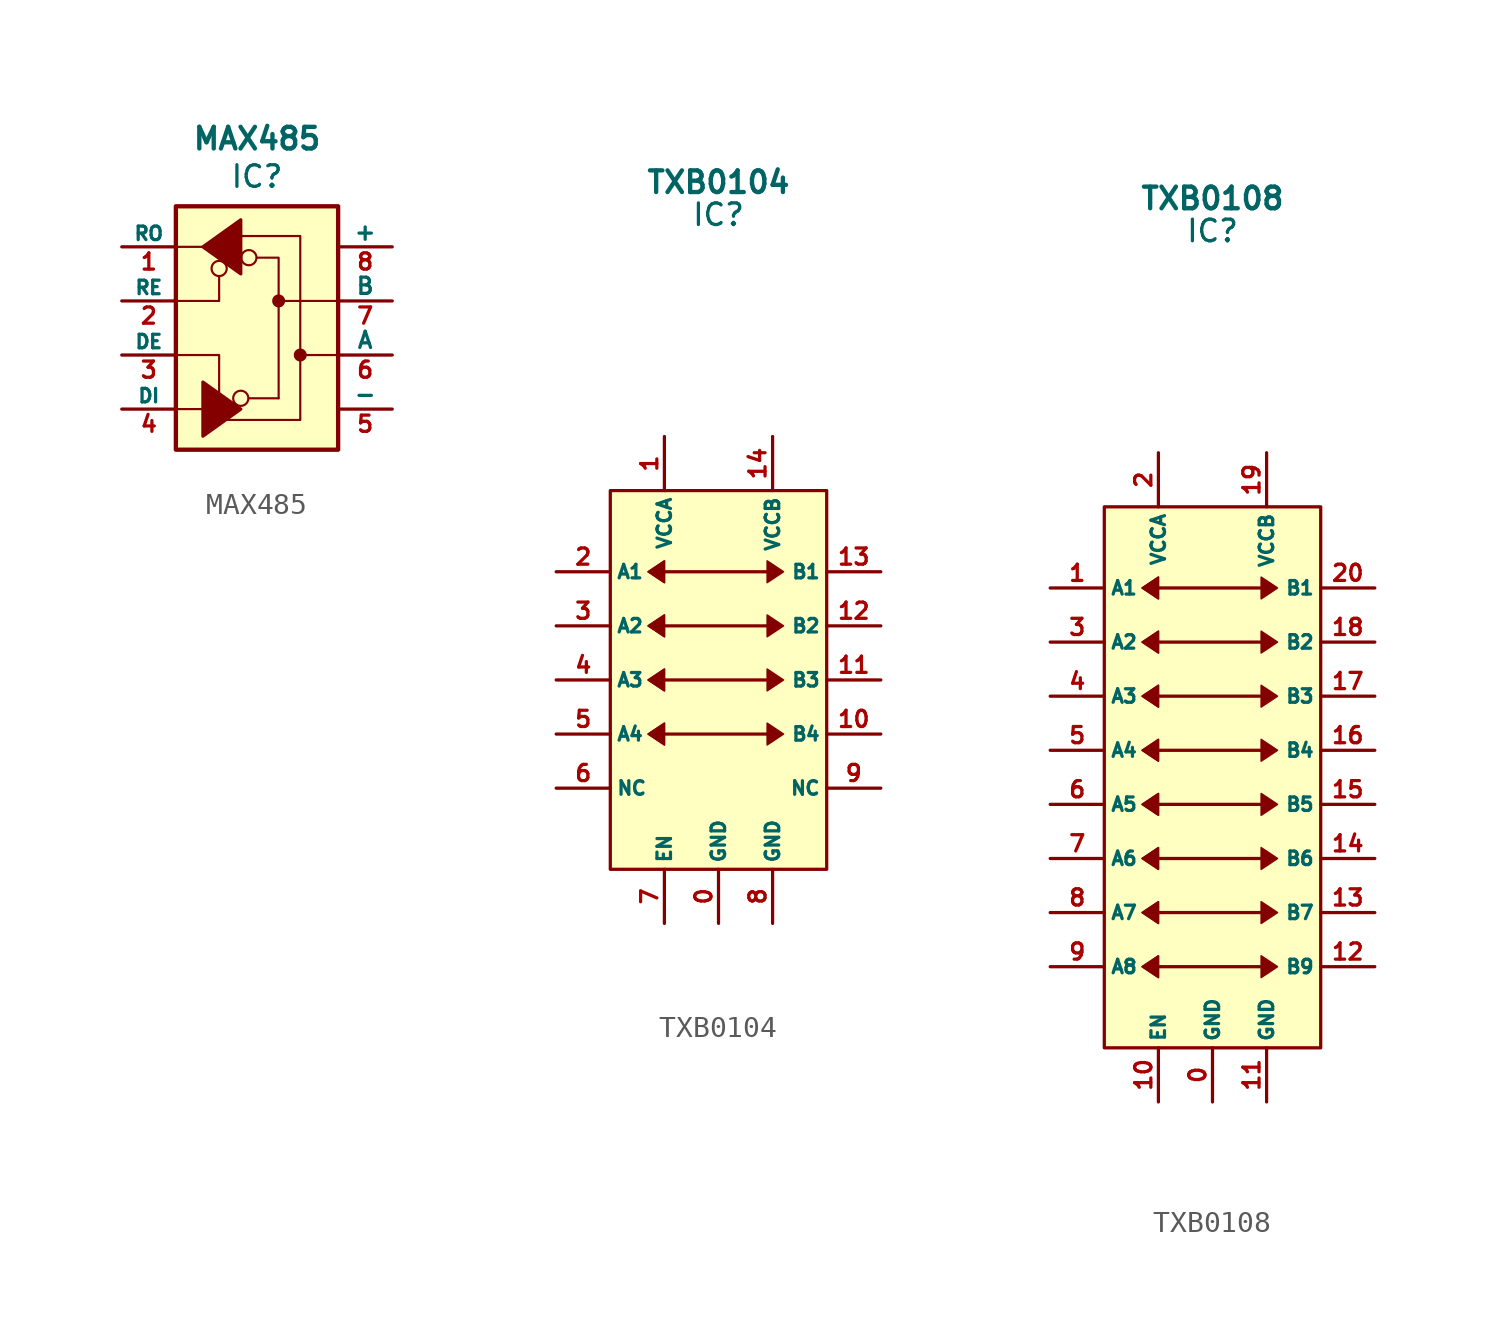
<source format=kicad_sym>
(kicad_symbol_lib
  (version 20231120)
  (generator "kicad_symbol_editor")
  (generator_version "8.0")
  (symbol "MAX485"
    (pin_names
      (offset 0))
    (property "Reference" "IC"
      (at 0 7.112 0)
      (effects (font (size 1.016 1.016))))
    (property "Value" "MAX485"
      (at 0 8.89 0)
      (effects (font (size 1.016 1.016) (bold yes))))
    (symbol "MAX485_0_1"
      (rectangle (start -3.81 5.715) (end 3.81 -5.715) (stroke (width 0.203) (type solid)) (fill (type background)))
      (circle (center -1.778 2.794) (radius 0.356) (stroke (width 0.102) (type solid)) (fill (type none)))
      (circle (center -0.762 -3.302) (radius 0.356) (stroke (width 0.102) (type solid)) (fill (type none)))
      (circle (center -0.381 3.302) (radius 0.356) (stroke (width 0.102) (type solid)) (fill (type none)))
      (polyline (pts (xy -3.81 -3.81) (xy -2.54 -3.81)) (stroke (width 0.102) (type solid)) (fill (type none)))
      (polyline (pts (xy -2.54 3.81) (xy -3.81 3.81)) (stroke (width 0.102) (type solid)) (fill (type none)))
      (polyline (pts (xy -0.381 -3.302) (xy 1.016 -3.302)) (stroke (width 0.102) (type solid)) (fill (type none)))
      (polyline (pts (xy 1.016 1.27) (xy 3.81 1.27)) (stroke (width 0.102) (type solid)) (fill (type none)))
      (polyline (pts (xy 3.81 -1.27) (xy 2.032 -1.27)) (stroke (width 0.102) (type solid)) (fill (type none)))
      (polyline (pts (xy -3.81 1.27) (xy -1.778 1.27) (xy -1.778 2.413)) (stroke (width 0.102) (type solid)) (fill (type none)))
      (polyline (pts (xy -1.778 -3.048) (xy -1.778 -1.27) (xy -3.81 -1.27)) (stroke (width 0.102) (type solid)) (fill (type none)))
      (polyline (pts (xy 0 3.302) (xy 1.016 3.302) (xy 1.016 -3.302)) (stroke (width 0.102) (type solid)) (fill (type none)))
      (polyline (pts (xy -0.762 4.318) (xy 2.032 4.318) (xy 2.032 -4.318) (xy -1.524 -4.318)) (stroke (width 0.102) (type solid)) (fill (type none)))
      (polyline (pts (xy -2.54 -2.794) (xy -2.54 -5.08) (xy -0.762 -3.81) (xy -2.54 -2.54) (xy -2.54 -2.794)) (stroke (width 0) (type solid)) (fill (type outline)))
      (polyline (pts (xy -0.762 4.826) (xy -0.762 2.54) (xy -2.54 3.81) (xy -0.762 5.08) (xy -0.762 4.826)) (stroke (width 0) (type solid)) (fill (type outline)))
      (circle (center 1.016 1.27) (radius 0.254) (stroke (width 0.102) (type solid)) (fill (type outline)))
      (circle (center 2.032 -1.27) (radius 0.254) (stroke (width 0.102) (type solid)) (fill (type outline))))
    (symbol "MAX485_1_1"
      (pin output line (at -6.35 3.81 0) (length 2.54) (name "RO" (effects (font (size 0.635 0.635)))) (number "1" (effects (font (size 0.762 0.762)))))
      (pin input line (at -6.35 1.27 0) (length 2.54) (name "RE" (effects (font (size 0.635 0.635)))) (number "2" (effects (font (size 0.762 0.762)))))
      (pin input line (at -6.35 -1.27 0) (length 2.54) (name "DE" (effects (font (size 0.635 0.635)))) (number "3" (effects (font (size 0.762 0.762)))))
      (pin input line (at -6.35 -3.81 0) (length 2.54) (name "DI" (effects (font (size 0.635 0.635)))) (number "4" (effects (font (size 0.762 0.762)))))
      (pin power_in line (at 6.35 -3.81 180) (length 2.54) (name "-" (effects (font (size 0.762 0.762)))) (number "5" (effects (font (size 0.762 0.762)))))
      (pin bidirectional line (at 6.35 -1.27 180) (length 2.54) (name "A" (effects (font (size 0.762 0.762)))) (number "6" (effects (font (size 0.762 0.762)))))
      (pin bidirectional line (at 6.35 1.27 180) (length 2.54) (name "B" (effects (font (size 0.762 0.762)))) (number "7" (effects (font (size 0.762 0.762)))))
      (pin power_in line (at 6.35 3.81 180) (length 2.54) (name "+" (effects (font (size 0.762 0.762)))) (number "8" (effects (font (size 0.762 0.762)))))))
  (symbol "TXB0104"
    (pin_names
      (offset 0.254))
    (property "Reference" "IC"
      (at 0 20.574 0)
      (effects (font (size 1.016 1.016))))
    (property "Value" "TXB0104"
      (at 0 22.098 0)
      (effects (font (size 1.016 1.016) (bold yes))))
    (symbol "TXB0104_0_0"
      (polyline (pts (xy -2.54 -3.302) (xy -2.54 -4.318) (xy -3.302 -3.81) (xy -2.54 -3.302)) (stroke (width 0.076) (type solid)) (fill (type outline)))
      (polyline (pts (xy -2.54 -3.302) (xy -2.54 -4.318) (xy -3.302 -3.81) (xy -2.54 -3.302)) (stroke (width 0.076) (type solid)) (fill (type outline)))
      (polyline (pts (xy -2.54 -0.762) (xy -2.54 -1.778) (xy -3.302 -1.27) (xy -2.54 -0.762)) (stroke (width 0.076) (type solid)) (fill (type outline)))
      (polyline (pts (xy -2.54 -0.762) (xy -2.54 -1.778) (xy -3.302 -1.27) (xy -2.54 -0.762)) (stroke (width 0.076) (type solid)) (fill (type outline)))
      (polyline (pts (xy -2.54 1.778) (xy -2.54 0.762) (xy -3.302 1.27) (xy -2.54 1.778)) (stroke (width 0.076) (type solid)) (fill (type outline)))
      (polyline (pts (xy -2.54 1.778) (xy -2.54 0.762) (xy -3.302 1.27) (xy -2.54 1.778)) (stroke (width 0.076) (type solid)) (fill (type outline)))
      (polyline (pts (xy -2.54 4.318) (xy -2.54 3.302) (xy -3.302 3.81) (xy -2.54 4.318)) (stroke (width 0.076) (type solid)) (fill (type outline)))
      (polyline (pts (xy -2.54 4.318) (xy -2.54 3.302) (xy -3.302 3.81) (xy -2.54 4.318)) (stroke (width 0.076) (type solid)) (fill (type outline))))
    (symbol "TXB0104_0_1"
      (rectangle (start -5.08 7.62) (end 5.08 -10.16) (stroke (width 0) (type solid)) (fill (type background))))
    (symbol "TXB0104_1_1"
      (polyline (pts (xy 2.286 -3.81) (xy -2.54 -3.81)) (stroke (width 0) (type solid)) (fill (type none)))
      (polyline (pts (xy 2.286 -1.27) (xy -2.54 -1.27)) (stroke (width 0) (type solid)) (fill (type none)))
      (polyline (pts (xy 2.286 1.27) (xy -2.54 1.27)) (stroke (width 0) (type solid)) (fill (type none)))
      (polyline (pts (xy 2.286 3.81) (xy -2.54 3.81)) (stroke (width 0) (type solid)) (fill (type none)))
      (polyline (pts (xy 2.286 -4.318) (xy 2.286 -3.302) (xy 3.048 -3.81) (xy 2.286 -4.318)) (stroke (width 0.076) (type solid)) (fill (type outline)))
      (polyline (pts (xy 2.286 -1.778) (xy 2.286 -0.762) (xy 3.048 -1.27) (xy 2.286 -1.778)) (stroke (width 0.076) (type solid)) (fill (type outline)))
      (polyline (pts (xy 2.286 0.762) (xy 2.286 1.778) (xy 3.048 1.27) (xy 2.286 0.762)) (stroke (width 0.076) (type solid)) (fill (type outline)))
      (polyline (pts (xy 2.286 3.302) (xy 2.286 4.318) (xy 3.048 3.81) (xy 2.286 3.302)) (stroke (width 0.076) (type solid)) (fill (type outline)))
      (pin power_in line (at 0 -12.7 90) (length 2.54) (name "GND" (effects (font (size 0.635 0.635)))) (number "0" (effects (font (size 0.762 0.762)))))
      (pin power_in line (at -2.54 10.16 270) (length 2.54) (name "VCCA" (effects (font (size 0.635 0.635)))) (number "1" (effects (font (size 0.762 0.762)))))
      (pin bidirectional line (at 7.62 -3.81 180) (length 2.54) (name "B4" (effects (font (size 0.635 0.635)))) (number "10" (effects (font (size 0.762 0.762)))))
      (pin bidirectional line (at 7.62 -1.27 180) (length 2.54) (name "B3" (effects (font (size 0.635 0.635)))) (number "11" (effects (font (size 0.762 0.762)))))
      (pin bidirectional line (at 7.62 1.27 180) (length 2.54) (name "B2" (effects (font (size 0.635 0.635)))) (number "12" (effects (font (size 0.762 0.762)))))
      (pin bidirectional line (at 7.62 3.81 180) (length 2.54) (name "B1" (effects (font (size 0.635 0.635)))) (number "13" (effects (font (size 0.762 0.762)))))
      (pin power_in line (at 2.54 10.16 270) (length 2.54) (name "VCCB" (effects (font (size 0.635 0.635)))) (number "14" (effects (font (size 0.762 0.762)))))
      (pin bidirectional line (at -7.62 3.81 0) (length 2.54) (name "A1" (effects (font (size 0.635 0.635)))) (number "2" (effects (font (size 0.762 0.762)))))
      (pin bidirectional line (at -7.62 1.27 0) (length 2.54) (name "A2" (effects (font (size 0.635 0.635)))) (number "3" (effects (font (size 0.762 0.762)))))
      (pin bidirectional line (at -7.62 -1.27 0) (length 2.54) (name "A3" (effects (font (size 0.635 0.635)))) (number "4" (effects (font (size 0.762 0.762)))))
      (pin bidirectional line (at -7.62 -3.81 0) (length 2.54) (name "A4" (effects (font (size 0.635 0.635)))) (number "5" (effects (font (size 0.762 0.762)))))
      (pin bidirectional line (at -7.62 -6.35 0) (length 2.54) (name "NC" (effects (font (size 0.635 0.635)))) (number "6" (effects (font (size 0.762 0.762)))))
      (pin input line (at -2.54 -12.7 90) (length 2.54) (name "EN" (effects (font (size 0.635 0.635)))) (number "7" (effects (font (size 0.762 0.762)))))
      (pin power_in line (at 2.54 -12.7 90) (length 2.54) (name "GND" (effects (font (size 0.635 0.635)))) (number "8" (effects (font (size 0.762 0.762)))))
      (pin bidirectional line (at 7.62 -6.35 180) (length 2.54) (name "NC" (effects (font (size 0.635 0.635)))) (number "9" (effects (font (size 0.762 0.762)))))))
  (symbol "TXB0108"
    (pin_names
      (offset 0.254))
    (property "Reference" "IC"
      (at 0 25.654 0)
      (effects (font (size 1.016 1.016))))
    (property "Value" "TXB0108"
      (at 0 27.178 0)
      (effects (font (size 1.016 1.016) (bold yes))))
    (symbol "TXB0108_0_0"
      (polyline (pts (xy -2.54 -8.382) (xy -2.54 -9.398) (xy -3.302 -8.89) (xy -2.54 -8.382)) (stroke (width 0.076) (type solid)) (fill (type outline)))
      (polyline (pts (xy -2.54 -8.382) (xy -2.54 -9.398) (xy -3.302 -8.89) (xy -2.54 -8.382)) (stroke (width 0.076) (type solid)) (fill (type outline)))
      (polyline (pts (xy -2.54 -5.842) (xy -2.54 -6.858) (xy -3.302 -6.35) (xy -2.54 -5.842)) (stroke (width 0.076) (type solid)) (fill (type outline)))
      (polyline (pts (xy -2.54 -5.842) (xy -2.54 -6.858) (xy -3.302 -6.35) (xy -2.54 -5.842)) (stroke (width 0.076) (type solid)) (fill (type outline)))
      (polyline (pts (xy -2.54 -3.302) (xy -2.54 -4.318) (xy -3.302 -3.81) (xy -2.54 -3.302)) (stroke (width 0.076) (type solid)) (fill (type outline)))
      (polyline (pts (xy -2.54 -3.302) (xy -2.54 -4.318) (xy -3.302 -3.81) (xy -2.54 -3.302)) (stroke (width 0.076) (type solid)) (fill (type outline)))
      (polyline (pts (xy -2.54 -0.762) (xy -2.54 -1.778) (xy -3.302 -1.27) (xy -2.54 -0.762)) (stroke (width 0.076) (type solid)) (fill (type outline)))
      (polyline (pts (xy -2.54 -0.762) (xy -2.54 -1.778) (xy -3.302 -1.27) (xy -2.54 -0.762)) (stroke (width 0.076) (type solid)) (fill (type outline)))
      (polyline (pts (xy -2.54 1.778) (xy -2.54 0.762) (xy -3.302 1.27) (xy -2.54 1.778)) (stroke (width 0.076) (type solid)) (fill (type outline)))
      (polyline (pts (xy -2.54 1.778) (xy -2.54 0.762) (xy -3.302 1.27) (xy -2.54 1.778)) (stroke (width 0.076) (type solid)) (fill (type outline)))
      (polyline (pts (xy -2.54 4.318) (xy -2.54 3.302) (xy -3.302 3.81) (xy -2.54 4.318)) (stroke (width 0.076) (type solid)) (fill (type outline)))
      (polyline (pts (xy -2.54 4.318) (xy -2.54 3.302) (xy -3.302 3.81) (xy -2.54 4.318)) (stroke (width 0.076) (type solid)) (fill (type outline)))
      (polyline (pts (xy -2.54 6.858) (xy -2.54 5.842) (xy -3.302 6.35) (xy -2.54 6.858)) (stroke (width 0.076) (type solid)) (fill (type outline)))
      (polyline (pts (xy -2.54 6.858) (xy -2.54 5.842) (xy -3.302 6.35) (xy -2.54 6.858)) (stroke (width 0.076) (type solid)) (fill (type outline)))
      (polyline (pts (xy -2.54 9.398) (xy -2.54 8.382) (xy -3.302 8.89) (xy -2.54 9.398)) (stroke (width 0.076) (type solid)) (fill (type outline)))
      (polyline (pts (xy -2.54 9.398) (xy -2.54 8.382) (xy -3.302 8.89) (xy -2.54 9.398)) (stroke (width 0.076) (type solid)) (fill (type outline))))
    (symbol "TXB0108_0_1"
      (rectangle (start -5.08 12.7) (end 5.08 -12.7) (stroke (width 0) (type solid)) (fill (type background))))
    (symbol "TXB0108_1_1"
      (polyline (pts (xy 2.286 -8.89) (xy -2.54 -8.89)) (stroke (width 0) (type solid)) (fill (type none)))
      (polyline (pts (xy 2.286 -6.35) (xy -2.54 -6.35)) (stroke (width 0) (type solid)) (fill (type none)))
      (polyline (pts (xy 2.286 -3.81) (xy -2.54 -3.81)) (stroke (width 0) (type solid)) (fill (type none)))
      (polyline (pts (xy 2.286 -1.27) (xy -2.54 -1.27)) (stroke (width 0) (type solid)) (fill (type none)))
      (polyline (pts (xy 2.286 1.27) (xy -2.54 1.27)) (stroke (width 0) (type solid)) (fill (type none)))
      (polyline (pts (xy 2.286 3.81) (xy -2.54 3.81)) (stroke (width 0) (type solid)) (fill (type none)))
      (polyline (pts (xy 2.286 6.35) (xy -2.54 6.35)) (stroke (width 0) (type solid)) (fill (type none)))
      (polyline (pts (xy 2.286 8.89) (xy -2.54 8.89)) (stroke (width 0) (type solid)) (fill (type none)))
      (polyline (pts (xy 2.286 -9.398) (xy 2.286 -8.382) (xy 3.048 -8.89) (xy 2.286 -9.398)) (stroke (width 0.076) (type solid)) (fill (type outline)))
      (polyline (pts (xy 2.286 -6.858) (xy 2.286 -5.842) (xy 3.048 -6.35) (xy 2.286 -6.858)) (stroke (width 0.076) (type solid)) (fill (type outline)))
      (polyline (pts (xy 2.286 -4.318) (xy 2.286 -3.302) (xy 3.048 -3.81) (xy 2.286 -4.318)) (stroke (width 0.076) (type solid)) (fill (type outline)))
      (polyline (pts (xy 2.286 -1.778) (xy 2.286 -0.762) (xy 3.048 -1.27) (xy 2.286 -1.778)) (stroke (width 0.076) (type solid)) (fill (type outline)))
      (polyline (pts (xy 2.286 0.762) (xy 2.286 1.778) (xy 3.048 1.27) (xy 2.286 0.762)) (stroke (width 0.076) (type solid)) (fill (type outline)))
      (polyline (pts (xy 2.286 3.302) (xy 2.286 4.318) (xy 3.048 3.81) (xy 2.286 3.302)) (stroke (width 0.076) (type solid)) (fill (type outline)))
      (polyline (pts (xy 2.286 5.842) (xy 2.286 6.858) (xy 3.048 6.35) (xy 2.286 5.842)) (stroke (width 0.076) (type solid)) (fill (type outline)))
      (polyline (pts (xy 2.286 8.382) (xy 2.286 9.398) (xy 3.048 8.89) (xy 2.286 8.382)) (stroke (width 0.076) (type solid)) (fill (type outline)))
      (pin power_in line (at 0 -15.24 90) (length 2.54) (name "GND" (effects (font (size 0.635 0.635)))) (number "0" (effects (font (size 0.762 0.762)))))
      (pin bidirectional line (at -7.62 8.89 0) (length 2.54) (name "A1" (effects (font (size 0.635 0.635)))) (number "1" (effects (font (size 0.762 0.762)))))
      (pin input line (at -2.54 -15.24 90) (length 2.54) (name "EN" (effects (font (size 0.635 0.635)))) (number "10" (effects (font (size 0.762 0.762)))))
      (pin power_in line (at 2.54 -15.24 90) (length 2.54) (name "GND" (effects (font (size 0.635 0.635)))) (number "11" (effects (font (size 0.762 0.762)))))
      (pin bidirectional line (at 7.62 -8.89 180) (length 2.54) (name "B9" (effects (font (size 0.635 0.635)))) (number "12" (effects (font (size 0.762 0.762)))))
      (pin bidirectional line (at 7.62 -6.35 180) (length 2.54) (name "B7" (effects (font (size 0.635 0.635)))) (number "13" (effects (font (size 0.762 0.762)))))
      (pin bidirectional line (at 7.62 -3.81 180) (length 2.54) (name "B6" (effects (font (size 0.635 0.635)))) (number "14" (effects (font (size 0.762 0.762)))))
      (pin bidirectional line (at 7.62 -1.27 180) (length 2.54) (name "B5" (effects (font (size 0.635 0.635)))) (number "15" (effects (font (size 0.762 0.762)))))
      (pin bidirectional line (at 7.62 1.27 180) (length 2.54) (name "B4" (effects (font (size 0.635 0.635)))) (number "16" (effects (font (size 0.762 0.762)))))
      (pin bidirectional line (at 7.62 3.81 180) (length 2.54) (name "B3" (effects (font (size 0.635 0.635)))) (number "17" (effects (font (size 0.762 0.762)))))
      (pin bidirectional line (at 7.62 6.35 180) (length 2.54) (name "B2" (effects (font (size 0.635 0.635)))) (number "18" (effects (font (size 0.762 0.762)))))
      (pin power_in line (at 2.54 15.24 270) (length 2.54) (name "VCCB" (effects (font (size 0.635 0.635)))) (number "19" (effects (font (size 0.762 0.762)))))
      (pin power_in line (at -2.54 15.24 270) (length 2.54) (name "VCCA" (effects (font (size 0.635 0.635)))) (number "2" (effects (font (size 0.762 0.762)))))
      (pin bidirectional line (at 7.62 8.89 180) (length 2.54) (name "B1" (effects (font (size 0.635 0.635)))) (number "20" (effects (font (size 0.762 0.762)))))
      (pin bidirectional line (at -7.62 6.35 0) (length 2.54) (name "A2" (effects (font (size 0.635 0.635)))) (number "3" (effects (font (size 0.762 0.762)))))
      (pin bidirectional line (at -7.62 3.81 0) (length 2.54) (name "A3" (effects (font (size 0.635 0.635)))) (number "4" (effects (font (size 0.762 0.762)))))
      (pin bidirectional line (at -7.62 1.27 0) (length 2.54) (name "A4" (effects (font (size 0.635 0.635)))) (number "5" (effects (font (size 0.762 0.762)))))
      (pin bidirectional line (at -7.62 -1.27 0) (length 2.54) (name "A5" (effects (font (size 0.635 0.635)))) (number "6" (effects (font (size 0.762 0.762)))))
      (pin bidirectional line (at -7.62 -3.81 0) (length 2.54) (name "A6" (effects (font (size 0.635 0.635)))) (number "7" (effects (font (size 0.762 0.762)))))
      (pin bidirectional line (at -7.62 -6.35 0) (length 2.54) (name "A7" (effects (font (size 0.635 0.635)))) (number "8" (effects (font (size 0.762 0.762)))))
      (pin bidirectional line (at -7.62 -8.89 0) (length 2.54) (name "A8" (effects (font (size 0.635 0.635)))) (number "9" (effects (font (size 0.762 0.762))))))))
</source>
